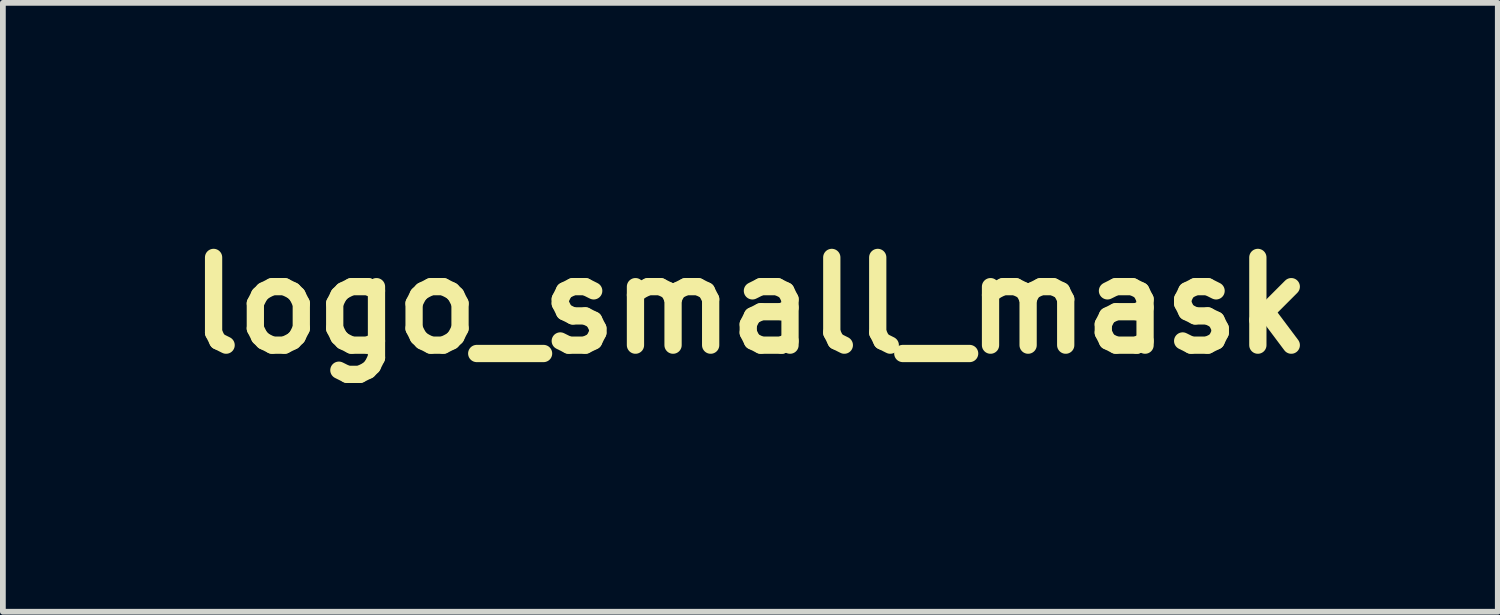
<source format=kicad_pcb>
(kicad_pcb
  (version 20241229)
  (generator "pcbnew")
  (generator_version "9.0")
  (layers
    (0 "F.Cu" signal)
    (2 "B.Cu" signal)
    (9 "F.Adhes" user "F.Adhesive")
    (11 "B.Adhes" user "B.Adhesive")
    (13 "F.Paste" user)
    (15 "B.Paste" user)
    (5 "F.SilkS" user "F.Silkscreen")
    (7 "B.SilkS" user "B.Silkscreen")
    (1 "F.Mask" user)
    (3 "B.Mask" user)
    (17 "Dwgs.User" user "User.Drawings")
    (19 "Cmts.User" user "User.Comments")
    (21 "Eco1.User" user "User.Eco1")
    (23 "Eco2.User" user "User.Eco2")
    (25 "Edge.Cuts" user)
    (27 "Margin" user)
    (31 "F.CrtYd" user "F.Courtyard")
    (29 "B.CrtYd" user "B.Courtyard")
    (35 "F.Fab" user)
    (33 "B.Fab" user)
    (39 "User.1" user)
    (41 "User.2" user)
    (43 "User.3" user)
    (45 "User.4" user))
  (footprint "logo_small_mask"
    (layer "F.Cu")
    (at 9.986 2.257)
    (property "Reference" "logo_small_mask" (at 0 0 0) (layer "F.SilkS") (effects (font (size 1.524 1.524) (thickness 0.3))))
    (attr board_only exclude_from_pos_files exclude_from_bom)
    (fp_poly (pts (xy 7.171 -0.793) (xy 7.193 -0.792) (xy 7.212 -0.792) (xy 7.229 -0.792) (xy 7.241 -0.791) (xy 7.247 -0.791) (xy 7.248 -0.791) (xy 7.253 -0.788) (xy 7.253 -0.786) (xy 7.254 -0.782) (xy 7.255 -0.781) (xy 7.258 -0.776) (xy 7.259 -0.767) (xy 7.257 -0.757) (xy 7.253 -0.749) (xy 7.251 -0.747) (xy 7.247 -0.743) (xy 7.242 -0.741) (xy 7.235 -0.74) (xy 7.223 -0.74) (xy 7.208 -0.74) (xy 7.172 -0.74) (xy 7.172 -0.627) (xy 7.172 -0.594) (xy 7.172 -0.567) (xy 7.171 -0.545) (xy 7.171 -0.528) (xy 7.17 -0.516) (xy 7.169 -0.508) (xy 7.168 -0.503) (xy 7.167 -0.501) (xy 7.165 -0.501) (xy 7.161 -0.501) (xy 7.16 -0.5) (xy 7.156 -0.498) (xy 7.147 -0.497) (xy 7.139 -0.496) (xy 7.126 -0.497) (xy 7.118 -0.5) (xy 7.113 -0.503) (xy 7.111 -0.505) (xy 7.109 -0.507) (xy 7.108 -0.511) (xy 7.107 -0.516) (xy 7.106 -0.523) (xy 7.106 -0.534) (xy 7.106 -0.549) (xy 7.105 -0.568) (xy 7.105 -0.592) (xy 7.105 -0.622) (xy 7.105 -0.74) (xy 7.069 -0.74) (xy 7.053 -0.74) (xy 7.043 -0.74) (xy 7.036 -0.741) (xy 7.031 -0.743) (xy 7.027 -0.746) (xy 7.026 -0.748) (xy 7.022 -0.755) (xy 7.019 -0.764) (xy 7.019 -0.772) (xy 7.02 -0.778) (xy 7.022 -0.779) (xy 7.025 -0.782) (xy 7.025 -0.784) (xy 7.028 -0.789) (xy 7.031 -0.791) (xy 7.035 -0.791) (xy 7.046 -0.792) (xy 7.061 -0.792) (xy 7.079 -0.792) (xy 7.101 -0.793) (xy 7.124 -0.793) (xy 7.147 -0.793)) (stroke (width 0) (type solid)) (fill yes) (layer "F.Mask"))
    (fp_poly (pts (xy 7.463 -0.793) (xy 7.469 -0.792) (xy 7.474 -0.79) (xy 7.478 -0.786) (xy 7.481 -0.78) (xy 7.483 -0.77) (xy 7.484 -0.758) (xy 7.485 -0.74) (xy 7.485 -0.719) (xy 7.485 -0.691) (xy 7.485 -0.658) (xy 7.485 -0.645) (xy 7.485 -0.511) (xy 7.477 -0.504) (xy 7.469 -0.498) (xy 7.457 -0.496) (xy 7.454 -0.496) (xy 7.445 -0.497) (xy 7.438 -0.499) (xy 7.437 -0.5) (xy 7.433 -0.502) (xy 7.432 -0.501) (xy 7.43 -0.502) (xy 7.428 -0.506) (xy 7.427 -0.515) (xy 7.426 -0.529) (xy 7.425 -0.548) (xy 7.425 -0.573) (xy 7.426 -0.597) (xy 7.426 -0.618) (xy 7.426 -0.637) (xy 7.426 -0.653) (xy 7.426 -0.664) (xy 7.425 -0.67) (xy 7.425 -0.671) (xy 7.423 -0.668) (xy 7.42 -0.659) (xy 7.416 -0.647) (xy 7.412 -0.634) (xy 7.405 -0.615) (xy 7.399 -0.602) (xy 7.393 -0.594) (xy 7.387 -0.591) (xy 7.379 -0.591) (xy 7.374 -0.592) (xy 7.369 -0.593) (xy 7.366 -0.596) (xy 7.363 -0.601) (xy 7.36 -0.61) (xy 7.355 -0.623) (xy 7.354 -0.629) (xy 7.35 -0.643) (xy 7.346 -0.654) (xy 7.343 -0.661) (xy 7.342 -0.663) (xy 7.341 -0.66) (xy 7.341 -0.651) (xy 7.341 -0.637) (xy 7.341 -0.62) (xy 7.341 -0.6) (xy 7.341 -0.593) (xy 7.342 -0.563) (xy 7.342 -0.539) (xy 7.341 -0.522) (xy 7.34 -0.509) (xy 7.338 -0.503) (xy 7.336 -0.501) (xy 7.335 -0.501) (xy 7.331 -0.501) (xy 7.33 -0.5) (xy 7.326 -0.498) (xy 7.317 -0.497) (xy 7.312 -0.496) (xy 7.301 -0.497) (xy 7.294 -0.5) (xy 7.289 -0.505) (xy 7.287 -0.507) (xy 7.286 -0.509) (xy 7.285 -0.513) (xy 7.284 -0.518) (xy 7.283 -0.525) (xy 7.283 -0.535) (xy 7.282 -0.549) (xy 7.282 -0.567) (xy 7.282 -0.589) (xy 7.282 -0.617) (xy 7.282 -0.646) (xy 7.282 -0.683) (xy 7.282 -0.715) (xy 7.283 -0.74) (xy 7.283 -0.759) (xy 7.284 -0.772) (xy 7.285 -0.779) (xy 7.285 -0.779) (xy 7.288 -0.782) (xy 7.289 -0.784) (xy 7.29 -0.788) (xy 7.295 -0.791) (xy 7.305 -0.792) (xy 7.32 -0.793) (xy 7.323 -0.793) (xy 7.338 -0.792) (xy 7.349 -0.79) (xy 7.353 -0.788) (xy 7.357 -0.783) (xy 7.362 -0.771) (xy 7.367 -0.755) (xy 7.369 -0.748) (xy 7.373 -0.733) (xy 7.376 -0.721) (xy 7.379 -0.713) (xy 7.38 -0.71) (xy 7.382 -0.71) (xy 7.385 -0.713) (xy 7.389 -0.722) (xy 7.393 -0.736) (xy 7.397 -0.749) (xy 7.402 -0.767) (xy 7.407 -0.779) (xy 7.413 -0.787) (xy 7.421 -0.791) (xy 7.431 -0.792) (xy 7.445 -0.793) (xy 7.455 -0.793)) (stroke (width 0) (type solid)) (fill yes) (layer "F.Mask"))
    (fp_poly (pts (xy 4.842 -1.714) (xy 4.877 -1.714) (xy 4.911 -1.714) (xy 4.943 -1.713) (xy 4.973 -1.713) (xy 4.999 -1.713) (xy 5.021 -1.713) (xy 5.038 -1.712) (xy 5.051 -1.712) (xy 5.058 -1.711) (xy 5.059 -1.711) (xy 5.059 -1.708) (xy 5.059 -1.698) (xy 5.06 -1.682) (xy 5.06 -1.66) (xy 5.06 -1.632) (xy 5.06 -1.599) (xy 5.06 -1.561) (xy 5.06 -1.518) (xy 5.06 -1.471) (xy 5.061 -1.419) (xy 5.061 -1.363) (xy 5.061 -1.304) (xy 5.061 -1.24) (xy 5.061 -1.174) (xy 5.061 -1.105) (xy 5.061 -1.032) (xy 5.061 -0.957) (xy 5.061 -0.88) (xy 5.061 -0.801) (xy 5.061 -0.721) (xy 5.062 -0.639) (xy 5.062 -0.555) (xy 5.062 -0.471) (xy 5.062 -0.386) (xy 5.062 -0.3) (xy 5.062 -0.215) (xy 5.062 -0.129) (xy 5.062 -0.044) (xy 5.062 0.041) (xy 5.062 0.124) (xy 5.062 0.207) (xy 5.061 0.288) (xy 5.061 0.368) (xy 5.061 0.445) (xy 5.061 0.521) (xy 5.061 0.594) (xy 5.061 0.664) (xy 5.061 0.732) (xy 5.061 0.796) (xy 5.061 0.856) (xy 5.061 0.913) (xy 5.061 0.966) (xy 5.06 1.015) (xy 5.06 1.059) (xy 5.06 1.099) (xy 5.06 1.133) (xy 5.06 1.162) (xy 5.06 1.186) (xy 5.059 1.204) (xy 5.059 1.216) (xy 5.059 1.221) (xy 5.059 1.221) (xy 5.055 1.222) (xy 5.045 1.222) (xy 5.03 1.223) (xy 5.009 1.223) (xy 4.984 1.224) (xy 4.955 1.224) (xy 4.922 1.224) (xy 4.886 1.225) (xy 4.848 1.225) (xy 4.807 1.225) (xy 4.801 1.225) (xy 4.753 1.225) (xy 4.712 1.225) (xy 4.677 1.225) (xy 4.647 1.225) (xy 4.622 1.225) (xy 4.601 1.225) (xy 4.584 1.225) (xy 4.571 1.225) (xy 4.561 1.224) (xy 4.553 1.224) (xy 4.547 1.223) (xy 4.544 1.222) (xy 4.541 1.222) (xy 4.539 1.22) (xy 4.538 1.219) (xy 4.538 1.219) (xy 4.53 1.212) (xy 4.531 -0.248) (xy 4.531 -0.346) (xy 4.531 -0.443) (xy 4.531 -0.538) (xy 4.532 -0.63) (xy 4.532 -0.721) (xy 4.532 -0.808) (xy 4.532 -0.893) (xy 4.532 -0.975) (xy 4.532 -1.054) (xy 4.532 -1.13) (xy 4.532 -1.202) (xy 4.533 -1.27) (xy 4.533 -1.334) (xy 4.533 -1.393) (xy 4.533 -1.449) (xy 4.533 -1.499) (xy 4.533 -1.545) (xy 4.534 -1.586) (xy 4.534 -1.621) (xy 4.534 -1.651) (xy 4.534 -1.675) (xy 4.534 -1.693) (xy 4.535 -1.705) (xy 4.535 -1.711) (xy 4.535 -1.711) (xy 4.539 -1.712) (xy 4.548 -1.712) (xy 4.564 -1.712) (xy 4.584 -1.713) (xy 4.608 -1.713) (xy 4.635 -1.713) (xy 4.666 -1.713) (xy 4.699 -1.714) (xy 4.734 -1.714) (xy 4.77 -1.714) (xy 4.806 -1.714)) (stroke (width 0) (type solid)) (fill yes) (layer "F.Mask"))
    (fp_poly (pts (xy -5.478 -0.606) (xy -5.456 -0.606) (xy -5.439 -0.606) (xy -5.426 -0.606) (xy -5.417 -0.605) (xy -5.41 -0.604) (xy -5.406 -0.603) (xy -5.403 -0.601) (xy -5.401 -0.6) (xy -5.4 -0.599) (xy -5.398 -0.598) (xy -5.397 -0.595) (xy -5.396 -0.592) (xy -5.395 -0.587) (xy -5.394 -0.579) (xy -5.394 -0.569) (xy -5.393 -0.555) (xy -5.393 -0.536) (xy -5.393 -0.512) (xy -5.393 -0.482) (xy -5.393 -0.357) (xy -5.27 -0.356) (xy -5.242 -0.355) (xy -5.216 -0.355) (xy -5.193 -0.355) (xy -5.174 -0.354) (xy -5.159 -0.353) (xy -5.149 -0.353) (xy -5.144 -0.352) (xy -5.144 -0.352) (xy -5.144 -0.348) (xy -5.143 -0.338) (xy -5.143 -0.324) (xy -5.142 -0.306) (xy -5.142 -0.285) (xy -5.142 -0.262) (xy -5.142 -0.239) (xy -5.142 -0.216) (xy -5.142 -0.194) (xy -5.142 -0.174) (xy -5.143 -0.157) (xy -5.143 -0.144) (xy -5.144 -0.136) (xy -5.144 -0.134) (xy -5.148 -0.134) (xy -5.158 -0.133) (xy -5.173 -0.132) (xy -5.192 -0.132) (xy -5.215 -0.131) (xy -5.241 -0.131) (xy -5.269 -0.131) (xy -5.27 -0.131) (xy -5.393 -0.13) (xy -5.394 -0.008) (xy -5.394 0.019) (xy -5.395 0.045) (xy -5.395 0.068) (xy -5.396 0.087) (xy -5.396 0.102) (xy -5.397 0.112) (xy -5.398 0.115) (xy -5.401 0.116) (xy -5.411 0.117) (xy -5.425 0.117) (xy -5.443 0.118) (xy -5.464 0.118) (xy -5.486 0.119) (xy -5.509 0.119) (xy -5.532 0.119) (xy -5.554 0.119) (xy -5.573 0.119) (xy -5.59 0.119) (xy -5.602 0.118) (xy -5.609 0.118) (xy -5.61 0.118) (xy -5.615 0.114) (xy -5.618 0.109) (xy -5.618 0.104) (xy -5.618 0.093) (xy -5.619 0.077) (xy -5.619 0.057) (xy -5.619 0.034) (xy -5.62 0.008) (xy -5.62 -0.014) (xy -5.62 -0.13) (xy -5.741 -0.131) (xy -5.769 -0.131) (xy -5.795 -0.131) (xy -5.817 -0.132) (xy -5.837 -0.132) (xy -5.852 -0.133) (xy -5.861 -0.134) (xy -5.865 -0.134) (xy -5.866 -0.138) (xy -5.866 -0.148) (xy -5.867 -0.162) (xy -5.867 -0.18) (xy -5.868 -0.201) (xy -5.868 -0.224) (xy -5.868 -0.247) (xy -5.868 -0.271) (xy -5.867 -0.293) (xy -5.867 -0.313) (xy -5.867 -0.33) (xy -5.866 -0.342) (xy -5.866 -0.35) (xy -5.865 -0.352) (xy -5.861 -0.353) (xy -5.851 -0.353) (xy -5.837 -0.354) (xy -5.817 -0.355) (xy -5.794 -0.355) (xy -5.769 -0.355) (xy -5.741 -0.356) (xy -5.62 -0.357) (xy -5.62 -0.472) (xy -5.62 -0.506) (xy -5.619 -0.534) (xy -5.619 -0.556) (xy -5.619 -0.573) (xy -5.618 -0.585) (xy -5.617 -0.594) (xy -5.616 -0.599) (xy -5.615 -0.601) (xy -5.613 -0.601) (xy -5.613 -0.601) (xy -5.609 -0.602) (xy -5.608 -0.603) (xy -5.604 -0.604) (xy -5.594 -0.605) (xy -5.577 -0.606) (xy -5.555 -0.606) (xy -5.527 -0.606) (xy -5.507 -0.606)) (stroke (width 0) (type solid)) (fill yes) (layer "F.Mask"))
    (fp_poly (pts (xy 6.291 -0.608) (xy 6.332 -0.607) (xy 6.369 -0.604) (xy 6.397 -0.6) (xy 6.476 -0.585) (xy 6.552 -0.564) (xy 6.624 -0.537) (xy 6.693 -0.504) (xy 6.76 -0.465) (xy 6.824 -0.42) (xy 6.886 -0.369) (xy 6.889 -0.366) (xy 6.933 -0.323) (xy 6.975 -0.274) (xy 7.014 -0.223) (xy 7.05 -0.169) (xy 7.081 -0.114) (xy 7.104 -0.066) (xy 7.132 0.005) (xy 7.153 0.077) (xy 7.168 0.15) (xy 7.178 0.225) (xy 7.181 0.285) (xy 7.18 0.364) (xy 7.173 0.441) (xy 7.159 0.516) (xy 7.139 0.589) (xy 7.112 0.661) (xy 7.08 0.731) (xy 7.04 0.798) (xy 6.995 0.865) (xy 6.986 0.876) (xy 6.97 0.896) (xy 6.949 0.918) (xy 6.926 0.942) (xy 6.901 0.967) (xy 6.876 0.991) (xy 6.851 1.013) (xy 6.829 1.032) (xy 6.818 1.04) (xy 6.753 1.085) (xy 6.685 1.123) (xy 6.616 1.155) (xy 6.543 1.182) (xy 6.468 1.202) (xy 6.39 1.216) (xy 6.336 1.222) (xy 6.313 1.224) (xy 6.287 1.225) (xy 6.259 1.225) (xy 6.232 1.225) (xy 6.208 1.224) (xy 6.199 1.224) (xy 6.121 1.214) (xy 6.045 1.198) (xy 5.97 1.177) (xy 5.898 1.149) (xy 5.829 1.115) (xy 5.762 1.075) (xy 5.699 1.03) (xy 5.64 0.979) (xy 5.618 0.958) (xy 5.566 0.902) (xy 5.519 0.843) (xy 5.478 0.781) (xy 5.442 0.717) (xy 5.424 0.676) (xy 5.395 0.601) (xy 5.373 0.526) (xy 5.358 0.449) (xy 5.349 0.372) (xy 5.348 0.308) (xy 5.821 0.308) (xy 5.822 0.342) (xy 5.825 0.373) (xy 5.829 0.4) (xy 5.829 0.401) (xy 5.845 0.454) (xy 5.865 0.504) (xy 5.892 0.551) (xy 5.923 0.593) (xy 5.958 0.631) (xy 5.998 0.665) (xy 6.042 0.694) (xy 6.089 0.717) (xy 6.139 0.735) (xy 6.192 0.748) (xy 6.213 0.751) (xy 6.229 0.752) (xy 6.25 0.752) (xy 6.274 0.751) (xy 6.299 0.75) (xy 6.323 0.747) (xy 6.344 0.744) (xy 6.359 0.742) (xy 6.411 0.727) (xy 6.459 0.706) (xy 6.504 0.68) (xy 6.546 0.648) (xy 6.566 0.63) (xy 6.599 0.596) (xy 6.627 0.56) (xy 6.65 0.519) (xy 6.654 0.513) (xy 6.672 0.474) (xy 6.686 0.437) (xy 6.695 0.401) (xy 6.701 0.364) (xy 6.703 0.323) (xy 6.703 0.311) (xy 6.7 0.257) (xy 6.691 0.206) (xy 6.676 0.157) (xy 6.655 0.109) (xy 6.628 0.062) (xy 6.626 0.06) (xy 6.611 0.039) (xy 6.591 0.016) (xy 6.568 -0.007) (xy 6.545 -0.028) (xy 6.523 -0.046) (xy 6.512 -0.054) (xy 6.467 -0.081) (xy 6.42 -0.102) (xy 6.373 -0.117) (xy 6.324 -0.126) (xy 6.271 -0.13) (xy 6.263 -0.13) (xy 6.217 -0.128) (xy 6.175 -0.122) (xy 6.135 -0.113) (xy 6.094 -0.098) (xy 6.066 -0.085) (xy 6.037 -0.07) (xy 6.013 -0.054) (xy 5.989 -0.037) (xy 5.966 -0.017) (xy 5.954 -0.006) (xy 5.918 0.034) (xy 5.887 0.077) (xy 5.861 0.124) (xy 5.841 0.175) (xy 5.829 0.218) (xy 5.825 0.245) (xy 5.822 0.275) (xy 5.821 0.308) (xy 5.348 0.308) (xy 5.347 0.294) (xy 5.348 0.278) (xy 5.353 0.2) (xy 5.366 0.123) (xy 5.384 0.048) (xy 5.409 -0.024) (xy 5.439 -0.094) (xy 5.476 -0.162) (xy 5.518 -0.226) (xy 5.566 -0.287) (xy 5.605 -0.329) (xy 5.637 -0.362) (xy 5.668 -0.39) (xy 5.7 -0.416) (xy 5.734 -0.441) (xy 5.758 -0.457) (xy 5.823 -0.497) (xy 5.891 -0.53) (xy 5.962 -0.558) (xy 6.037 -0.58) (xy 6.115 -0.597) (xy 6.136 -0.6) (xy 6.17 -0.604) (xy 6.209 -0.607) (xy 6.25 -0.608)) (stroke (width 0) (type solid)) (fill yes) (layer "F.Mask"))
    (fp_poly (pts (xy -1.443 -1.72) (xy -1.406 -1.719) (xy -1.371 -1.718) (xy -1.34 -1.716) (xy -1.323 -1.714) (xy -1.22 -1.7) (xy -1.12 -1.679) (xy -1.022 -1.652) (xy -0.927 -1.62) (xy -0.836 -1.581) (xy -0.747 -1.537) (xy -0.661 -1.486) (xy -0.579 -1.43) (xy -0.565 -1.42) (xy -0.486 -1.357) (xy -0.412 -1.29) (xy -0.344 -1.219) (xy -0.281 -1.144) (xy -0.224 -1.066) (xy -0.172 -0.984) (xy -0.126 -0.898) (xy -0.086 -0.809) (xy -0.051 -0.717) (xy -0.05 -0.713) (xy -0.024 -0.625) (xy -0.003 -0.535) (xy 0.013 -0.444) (xy 0.023 -0.352) (xy 0.028 -0.261) (xy 0.026 -0.177) (xy 0.019 -0.077) (xy 0.005 0.02) (xy -0.015 0.116) (xy -0.041 0.209) (xy -0.073 0.3) (xy -0.11 0.387) (xy -0.153 0.472) (xy -0.197 0.545) (xy -0.253 0.628) (xy -0.314 0.705) (xy -0.38 0.778) (xy -0.45 0.846) (xy -0.524 0.91) (xy -0.602 0.968) (xy -0.684 1.021) (xy -0.768 1.069) (xy -0.857 1.111) (xy -0.947 1.148) (xy -1.041 1.179) (xy -1.137 1.204) (xy -1.235 1.223) (xy -1.335 1.235) (xy -1.381 1.239) (xy -1.407 1.24) (xy -1.436 1.241) (xy -1.467 1.242) (xy -1.498 1.242) (xy -1.525 1.241) (xy -1.544 1.24) (xy -1.632 1.232) (xy -1.72 1.219) (xy -1.806 1.201) (xy -1.89 1.179) (xy -1.968 1.152) (xy -2.057 1.116) (xy -2.143 1.073) (xy -2.225 1.026) (xy -2.305 0.972) (xy -2.382 0.913) (xy -2.457 0.847) (xy -2.488 0.818) (xy -2.556 0.748) (xy -2.618 0.676) (xy -2.674 0.603) (xy -2.724 0.527) (xy -2.768 0.45) (xy -2.807 0.369) (xy -2.841 0.284) (xy -2.87 0.196) (xy -2.887 0.137) (xy -2.904 0.063) (xy -2.917 -0.011) (xy -2.926 -0.085) (xy -2.931 -0.161) (xy -2.933 -0.24) (xy -2.932 -0.268) (xy -2.459 -0.268) (xy -2.457 -0.201) (xy -2.451 -0.133) (xy -2.441 -0.064) (xy -2.427 0.005) (xy -2.41 0.071) (xy -2.389 0.135) (xy -2.386 0.142) (xy -2.367 0.188) (xy -2.344 0.236) (xy -2.317 0.285) (xy -2.289 0.332) (xy -2.26 0.376) (xy -2.236 0.406) (xy -2.207 0.44) (xy -2.174 0.475) (xy -2.137 0.511) (xy -2.097 0.544) (xy -2.058 0.575) (xy -2.019 0.602) (xy -2.01 0.608) (xy -1.99 0.62) (xy -1.965 0.634) (xy -1.938 0.648) (xy -1.909 0.662) (xy -1.881 0.676) (xy -1.855 0.687) (xy -1.836 0.695) (xy -1.766 0.719) (xy -1.692 0.738) (xy -1.615 0.751) (xy -1.537 0.76) (xy -1.459 0.762) (xy -1.384 0.759) (xy -1.308 0.751) (xy -1.235 0.739) (xy -1.165 0.721) (xy -1.097 0.698) (xy -1.028 0.67) (xy -0.983 0.648) (xy -0.913 0.609) (xy -0.847 0.565) (xy -0.785 0.516) (xy -0.728 0.462) (xy -0.676 0.404) (xy -0.629 0.342) (xy -0.587 0.275) (xy -0.55 0.204) (xy -0.528 0.153) (xy -0.507 0.093) (xy -0.488 0.029) (xy -0.473 -0.038) (xy -0.461 -0.106) (xy -0.458 -0.133) (xy -0.456 -0.154) (xy -0.454 -0.173) (xy -0.454 -0.193) (xy -0.453 -0.216) (xy -0.454 -0.242) (xy -0.454 -0.265) (xy -0.455 -0.295) (xy -0.456 -0.32) (xy -0.457 -0.341) (xy -0.459 -0.36) (xy -0.461 -0.379) (xy -0.464 -0.399) (xy -0.469 -0.421) (xy -0.472 -0.438) (xy -0.491 -0.515) (xy -0.516 -0.591) (xy -0.547 -0.665) (xy -0.584 -0.736) (xy -0.626 -0.805) (xy -0.674 -0.869) (xy -0.686 -0.883) (xy -0.702 -0.902) (xy -0.723 -0.924) (xy -0.746 -0.947) (xy -0.77 -0.97) (xy -0.793 -0.992) (xy -0.815 -1.011) (xy -0.826 -1.02) (xy -0.867 -1.051) (xy -0.913 -1.081) (xy -0.962 -1.111) (xy -1.013 -1.137) (xy -1.063 -1.161) (xy -1.107 -1.179) (xy -1.183 -1.204) (xy -1.261 -1.223) (xy -1.339 -1.235) (xy -1.417 -1.241) (xy -1.495 -1.241) (xy -1.573 -1.235) (xy -1.65 -1.223) (xy -1.726 -1.205) (xy -1.8 -1.181) (xy -1.872 -1.151) (xy -1.943 -1.116) (xy -2.01 -1.076) (xy -2.075 -1.03) (xy -2.136 -0.978) (xy -2.194 -0.922) (xy -2.226 -0.886) (xy -2.272 -0.827) (xy -2.314 -0.763) (xy -2.352 -0.695) (xy -2.385 -0.625) (xy -2.412 -0.551) (xy -2.433 -0.477) (xy -2.449 -0.401) (xy -2.45 -0.393) (xy -2.457 -0.333) (xy -2.459 -0.268) (xy -2.932 -0.268) (xy -2.931 -0.311) (xy -2.927 -0.377) (xy -2.92 -0.442) (xy -2.91 -0.506) (xy -2.897 -0.571) (xy -2.89 -0.602) (xy -2.863 -0.698) (xy -2.83 -0.79) (xy -2.792 -0.879) (xy -2.748 -0.965) (xy -2.698 -1.047) (xy -2.642 -1.127) (xy -2.62 -1.156) (xy -2.604 -1.175) (xy -2.584 -1.197) (xy -2.561 -1.222) (xy -2.535 -1.249) (xy -2.509 -1.275) (xy -2.482 -1.302) (xy -2.456 -1.327) (xy -2.431 -1.35) (xy -2.409 -1.37) (xy -2.402 -1.375) (xy -2.323 -1.438) (xy -2.243 -1.493) (xy -2.161 -1.543) (xy -2.077 -1.586) (xy -1.99 -1.623) (xy -1.901 -1.654) (xy -1.809 -1.68) (xy -1.714 -1.7) (xy -1.615 -1.714) (xy -1.614 -1.714) (xy -1.587 -1.717) (xy -1.555 -1.719) (xy -1.519 -1.72) (xy -1.481 -1.72)) (stroke (width 0) (type solid)) (fill yes) (layer "F.Mask"))
    (fp_poly (pts (xy 3.988 -0.608) (xy 4.023 -0.608) (xy 4.057 -0.608) (xy 4.088 -0.607) (xy 4.117 -0.607) (xy 4.143 -0.607) (xy 4.164 -0.607) (xy 4.181 -0.606) (xy 4.193 -0.606) (xy 4.199 -0.605) (xy 4.199 -0.605) (xy 4.2 -0.602) (xy 4.2 -0.592) (xy 4.2 -0.576) (xy 4.2 -0.554) (xy 4.201 -0.527) (xy 4.201 -0.495) (xy 4.201 -0.459) (xy 4.201 -0.418) (xy 4.201 -0.373) (xy 4.201 -0.324) (xy 4.202 -0.272) (xy 4.202 -0.217) (xy 4.202 -0.159) (xy 4.202 -0.099) (xy 4.202 -0.037) (xy 4.202 0.027) (xy 4.202 0.092) (xy 4.202 0.159) (xy 4.202 0.226) (xy 4.202 0.293) (xy 4.202 0.361) (xy 4.202 0.428) (xy 4.202 0.495) (xy 4.202 0.561) (xy 4.202 0.625) (xy 4.202 0.688) (xy 4.202 0.75) (xy 4.202 0.808) (xy 4.202 0.865) (xy 4.202 0.918) (xy 4.201 0.968) (xy 4.201 1.015) (xy 4.201 1.058) (xy 4.201 1.096) (xy 4.201 1.13) (xy 4.201 1.159) (xy 4.2 1.183) (xy 4.2 1.202) (xy 4.2 1.214) (xy 4.2 1.221) (xy 4.199 1.221) (xy 4.196 1.222) (xy 4.186 1.222) (xy 4.171 1.222) (xy 4.15 1.222) (xy 4.124 1.223) (xy 4.093 1.223) (xy 4.059 1.223) (xy 4.021 1.223) (xy 3.979 1.223) (xy 3.935 1.224) (xy 3.889 1.224) (xy 3.84 1.224) (xy 3.79 1.224) (xy 3.739 1.224) (xy 3.687 1.224) (xy 3.635 1.225) (xy 3.583 1.225) (xy 3.532 1.225) (xy 3.482 1.225) (xy 3.433 1.225) (xy 3.386 1.225) (xy 3.342 1.225) (xy 3.3 1.225) (xy 3.262 1.225) (xy 3.227 1.225) (xy 3.196 1.224) (xy 3.17 1.224) (xy 3.148 1.224) (xy 3.132 1.224) (xy 3.122 1.224) (xy 3.118 1.224) (xy 3.049 1.214) (xy 2.984 1.199) (xy 2.924 1.18) (xy 2.867 1.155) (xy 2.814 1.125) (xy 2.764 1.09) (xy 2.717 1.05) (xy 2.696 1.029) (xy 2.655 0.982) (xy 2.618 0.932) (xy 2.585 0.879) (xy 2.557 0.822) (xy 2.533 0.761) (xy 2.514 0.695) (xy 2.498 0.625) (xy 2.486 0.55) (xy 2.484 0.54) (xy 2.484 0.534) (xy 2.483 0.525) (xy 2.483 0.514) (xy 2.482 0.5) (xy 2.482 0.483) (xy 2.482 0.462) (xy 2.481 0.437) (xy 2.481 0.409) (xy 2.481 0.376) (xy 2.481 0.338) (xy 2.48 0.296) (xy 2.48 0.249) (xy 2.48 0.196) (xy 2.48 0.138) (xy 2.48 0.073) (xy 2.48 0.003) (xy 2.48 -0.049) (xy 2.48 -0.109) (xy 2.48 -0.168) (xy 2.48 -0.224) (xy 2.48 -0.278) (xy 2.48 -0.329) (xy 2.481 -0.376) (xy 2.481 -0.421) (xy 2.481 -0.461) (xy 2.481 -0.497) (xy 2.481 -0.529) (xy 2.482 -0.555) (xy 2.482 -0.576) (xy 2.482 -0.592) (xy 2.483 -0.602) (xy 2.483 -0.605) (xy 2.487 -0.606) (xy 2.496 -0.606) (xy 2.512 -0.606) (xy 2.531 -0.607) (xy 2.556 -0.607) (xy 2.583 -0.607) (xy 2.614 -0.608) (xy 2.647 -0.608) (xy 2.681 -0.608) (xy 2.716 -0.608) (xy 2.752 -0.608) (xy 2.788 -0.608) (xy 2.822 -0.608) (xy 2.856 -0.608) (xy 2.887 -0.607) (xy 2.915 -0.607) (xy 2.94 -0.607) (xy 2.961 -0.607) (xy 2.977 -0.606) (xy 2.988 -0.606) (xy 2.993 -0.605) (xy 2.994 -0.605) (xy 2.994 -0.602) (xy 2.994 -0.592) (xy 2.995 -0.576) (xy 2.995 -0.554) (xy 2.995 -0.528) (xy 2.995 -0.496) (xy 2.996 -0.46) (xy 2.996 -0.42) (xy 2.996 -0.376) (xy 2.996 -0.328) (xy 2.996 -0.277) (xy 2.997 -0.224) (xy 2.997 -0.168) (xy 2.997 -0.11) (xy 2.997 -0.066) (xy 2.997 0.005) (xy 2.997 0.069) (xy 2.997 0.128) (xy 2.997 0.18) (xy 2.997 0.228) (xy 2.997 0.27) (xy 2.998 0.307) (xy 2.998 0.34) (xy 2.998 0.369) (xy 2.998 0.394) (xy 2.998 0.415) (xy 2.999 0.433) (xy 2.999 0.449) (xy 3 0.462) (xy 3 0.472) (xy 3 0.481) (xy 3.001 0.488) (xy 3.002 0.494) (xy 3.002 0.499) (xy 3.003 0.501) (xy 3.013 0.544) (xy 3.027 0.581) (xy 3.045 0.614) (xy 3.068 0.642) (xy 3.095 0.666) (xy 3.128 0.687) (xy 3.139 0.693) (xy 3.168 0.706) (xy 3.198 0.717) (xy 3.23 0.726) (xy 3.263 0.733) (xy 3.281 0.736) (xy 3.298 0.738) (xy 3.315 0.741) (xy 3.332 0.743) (xy 3.351 0.744) (xy 3.373 0.745) (xy 3.398 0.746) (xy 3.426 0.747) (xy 3.46 0.748) (xy 3.499 0.748) (xy 3.522 0.749) (xy 3.678 0.75) (xy 3.678 0.074) (xy 3.678 0.007) (xy 3.679 -0.058) (xy 3.679 -0.12) (xy 3.679 -0.181) (xy 3.679 -0.238) (xy 3.679 -0.293) (xy 3.68 -0.344) (xy 3.68 -0.392) (xy 3.68 -0.436) (xy 3.68 -0.475) (xy 3.681 -0.51) (xy 3.681 -0.54) (xy 3.681 -0.565) (xy 3.681 -0.584) (xy 3.682 -0.597) (xy 3.682 -0.604) (xy 3.682 -0.605) (xy 3.686 -0.606) (xy 3.696 -0.606) (xy 3.711 -0.606) (xy 3.731 -0.607) (xy 3.755 -0.607) (xy 3.783 -0.607) (xy 3.813 -0.608) (xy 3.846 -0.608) (xy 3.881 -0.608) (xy 3.916 -0.608) (xy 3.952 -0.608)) (stroke (width 0) (type solid)) (fill yes) (layer "F.Mask"))
    (fp_poly (pts (xy 0.94 -0.608) (xy 0.996 -0.608) (xy 1.047 -0.608) (xy 1.092 -0.608) (xy 1.133 -0.608) (xy 1.169 -0.607) (xy 1.202 -0.607) (xy 1.23 -0.607) (xy 1.255 -0.606) (xy 1.277 -0.606) (xy 1.297 -0.605) (xy 1.314 -0.605) (xy 1.33 -0.604) (xy 1.344 -0.603) (xy 1.357 -0.602) (xy 1.369 -0.6) (xy 1.38 -0.599) (xy 1.392 -0.597) (xy 1.404 -0.595) (xy 1.416 -0.593) (xy 1.429 -0.591) (xy 1.508 -0.575) (xy 1.585 -0.553) (xy 1.658 -0.526) (xy 1.727 -0.493) (xy 1.793 -0.454) (xy 1.855 -0.411) (xy 1.87 -0.399) (xy 1.923 -0.352) (xy 1.972 -0.3) (xy 2.016 -0.244) (xy 2.056 -0.183) (xy 2.091 -0.119) (xy 2.121 -0.053) (xy 2.146 0.017) (xy 2.16 0.071) (xy 2.169 0.118) (xy 2.177 0.168) (xy 2.182 0.221) (xy 2.185 0.275) (xy 2.185 0.327) (xy 2.183 0.376) (xy 2.182 0.392) (xy 2.171 0.476) (xy 2.156 0.555) (xy 2.134 0.631) (xy 2.108 0.704) (xy 2.076 0.772) (xy 2.038 0.837) (xy 2.001 0.892) (xy 1.984 0.913) (xy 1.963 0.937) (xy 1.939 0.962) (xy 1.914 0.987) (xy 1.889 1.011) (xy 1.865 1.032) (xy 1.844 1.05) (xy 1.841 1.052) (xy 1.78 1.093) (xy 1.716 1.129) (xy 1.649 1.159) (xy 1.579 1.183) (xy 1.505 1.202) (xy 1.428 1.216) (xy 1.364 1.222) (xy 1.354 1.223) (xy 1.337 1.224) (xy 1.315 1.224) (xy 1.288 1.225) (xy 1.256 1.225) (xy 1.222 1.225) (xy 1.184 1.226) (xy 1.145 1.226) (xy 1.103 1.226) (xy 1.082 1.226) (xy 0.843 1.226) (xy 0.842 1.77) (xy 0.842 1.83) (xy 0.842 1.888) (xy 0.842 1.944) (xy 0.841 1.997) (xy 0.841 2.047) (xy 0.841 2.095) (xy 0.841 2.138) (xy 0.84 2.178) (xy 0.84 2.213) (xy 0.84 2.244) (xy 0.84 2.27) (xy 0.839 2.291) (xy 0.839 2.306) (xy 0.839 2.315) (xy 0.838 2.317) (xy 0.835 2.318) (xy 0.825 2.318) (xy 0.81 2.319) (xy 0.79 2.319) (xy 0.766 2.319) (xy 0.738 2.32) (xy 0.708 2.32) (xy 0.675 2.32) (xy 0.64 2.32) (xy 0.605 2.32) (xy 0.569 2.321) (xy 0.533 2.321) (xy 0.498 2.321) (xy 0.464 2.321) (xy 0.432 2.321) (xy 0.403 2.321) (xy 0.378 2.321) (xy 0.356 2.321) (xy 0.338 2.32) (xy 0.326 2.32) (xy 0.32 2.32) (xy 0.319 2.32) (xy 0.314 2.315) (xy 0.311 2.307) (xy 0.311 2.303) (xy 0.311 2.293) (xy 0.311 2.276) (xy 0.311 2.253) (xy 0.311 2.225) (xy 0.311 2.191) (xy 0.311 2.153) (xy 0.31 2.109) (xy 0.31 2.062) (xy 0.31 2.009) (xy 0.31 1.953) (xy 0.31 1.893) (xy 0.31 1.83) (xy 0.31 1.763) (xy 0.31 1.693) (xy 0.31 1.621) (xy 0.31 1.546) (xy 0.31 1.469) (xy 0.31 1.39) (xy 0.31 1.309) (xy 0.31 1.227) (xy 0.31 1.143) (xy 0.31 1.059) (xy 0.31 0.974) (xy 0.311 0.889) (xy 0.311 0.804) (xy 0.311 0.719) (xy 0.311 0.634) (xy 0.311 0.55) (xy 0.311 0.466) (xy 0.311 0.384) (xy 0.311 0.304) (xy 0.311 0.225) (xy 0.311 0.148) (xy 0.312 0.073) (xy 0.312 0.001) (xy 0.312 -0.068) (xy 0.312 -0.135) (xy 0.312 -0.167) (xy 0.843 -0.167) (xy 0.843 0.294) (xy 0.843 0.349) (xy 0.843 0.402) (xy 0.843 0.453) (xy 0.843 0.501) (xy 0.843 0.546) (xy 0.843 0.588) (xy 0.843 0.626) (xy 0.843 0.66) (xy 0.843 0.69) (xy 0.844 0.714) (xy 0.844 0.734) (xy 0.844 0.747) (xy 0.844 0.755) (xy 0.844 0.756) (xy 0.848 0.757) (xy 0.858 0.757) (xy 0.873 0.757) (xy 0.892 0.758) (xy 0.916 0.758) (xy 0.943 0.758) (xy 0.973 0.758) (xy 1.004 0.757) (xy 1.037 0.757) (xy 1.071 0.757) (xy 1.105 0.757) (xy 1.138 0.756) (xy 1.17 0.756) (xy 1.199 0.755) (xy 1.226 0.755) (xy 1.25 0.754) (xy 1.27 0.754) (xy 1.285 0.753) (xy 1.295 0.753) (xy 1.296 0.753) (xy 1.356 0.745) (xy 1.412 0.732) (xy 1.465 0.715) (xy 1.514 0.693) (xy 1.558 0.667) (xy 1.597 0.637) (xy 1.632 0.603) (xy 1.641 0.592) (xy 1.658 0.568) (xy 1.674 0.541) (xy 1.689 0.51) (xy 1.702 0.48) (xy 1.712 0.451) (xy 1.714 0.445) (xy 1.719 0.423) (xy 1.723 0.402) (xy 1.726 0.382) (xy 1.727 0.361) (xy 1.728 0.338) (xy 1.728 0.31) (xy 1.728 0.28) (xy 1.727 0.253) (xy 1.726 0.232) (xy 1.725 0.215) (xy 1.724 0.2) (xy 1.722 0.185) (xy 1.719 0.171) (xy 1.717 0.164) (xy 1.703 0.111) (xy 1.685 0.063) (xy 1.662 0.02) (xy 1.634 -0.018) (xy 1.601 -0.052) (xy 1.563 -0.081) (xy 1.521 -0.106) (xy 1.473 -0.126) (xy 1.421 -0.142) (xy 1.397 -0.148) (xy 1.382 -0.151) (xy 1.369 -0.153) (xy 1.355 -0.156) (xy 1.342 -0.158) (xy 1.327 -0.159) (xy 1.311 -0.16) (xy 1.293 -0.162) (xy 1.273 -0.163) (xy 1.249 -0.163) (xy 1.221 -0.164) (xy 1.189 -0.164) (xy 1.152 -0.165) (xy 1.109 -0.165) (xy 1.068 -0.166) (xy 0.843 -0.167) (xy 0.312 -0.167) (xy 0.312 -0.198) (xy 0.312 -0.257) (xy 0.313 -0.313) (xy 0.313 -0.365) (xy 0.313 -0.412) (xy 0.313 -0.455) (xy 0.313 -0.493) (xy 0.313 -0.526) (xy 0.314 -0.554) (xy 0.314 -0.576) (xy 0.314 -0.592) (xy 0.314 -0.602) (xy 0.314 -0.605) (xy 0.314 -0.605) (xy 0.318 -0.605) (xy 0.328 -0.606) (xy 0.344 -0.606) (xy 0.365 -0.606) (xy 0.391 -0.607) (xy 0.423 -0.607) (xy 0.459 -0.607) (xy 0.498 -0.607) (xy 0.542 -0.607) (xy 0.589 -0.608) (xy 0.639 -0.608) (xy 0.691 -0.608) (xy 0.746 -0.608) (xy 0.803 -0.608) (xy 0.877 -0.608)) (stroke (width 0) (type solid)) (fill yes) (layer "F.Mask"))
    (fp_poly (pts (xy -5.479 -2.257) (xy -5.457 -2.257) (xy -5.437 -2.256) (xy -5.42 -2.256) (xy -5.407 -2.255) (xy -5.399 -2.255) (xy -5.398 -2.254) (xy -5.397 -2.25) (xy -5.396 -2.24) (xy -5.395 -2.226) (xy -5.395 -2.207) (xy -5.394 -2.184) (xy -5.393 -2.159) (xy -5.393 -2.146) (xy -5.391 -2.04) (xy -5.363 -2.038) (xy -5.253 -2.025) (xy -5.144 -2.006) (xy -5.038 -1.981) (xy -4.934 -1.95) (xy -4.832 -1.912) (xy -4.734 -1.869) (xy -4.638 -1.82) (xy -4.545 -1.765) (xy -4.455 -1.705) (xy -4.369 -1.639) (xy -4.287 -1.567) (xy -4.235 -1.517) (xy -4.159 -1.437) (xy -4.089 -1.353) (xy -4.024 -1.265) (xy -3.965 -1.174) (xy -3.912 -1.08) (xy -3.864 -0.982) (xy -3.823 -0.882) (xy -3.787 -0.778) (xy -3.757 -0.672) (xy -3.755 -0.663) (xy -3.748 -0.63) (xy -3.74 -0.592) (xy -3.733 -0.551) (xy -3.727 -0.51) (xy -3.721 -0.469) (xy -3.716 -0.432) (xy -3.716 -0.426) (xy -3.714 -0.407) (xy -3.712 -0.39) (xy -3.711 -0.376) (xy -3.709 -0.367) (xy -3.709 -0.364) (xy -3.707 -0.356) (xy -3.608 -0.356) (xy -3.577 -0.356) (xy -3.552 -0.356) (xy -3.532 -0.356) (xy -3.517 -0.355) (xy -3.506 -0.354) (xy -3.5 -0.353) (xy -3.496 -0.352) (xy -3.496 -0.35) (xy -3.496 -0.35) (xy -3.495 -0.346) (xy -3.494 -0.345) (xy -3.493 -0.341) (xy -3.493 -0.332) (xy -3.492 -0.317) (xy -3.491 -0.3) (xy -3.491 -0.279) (xy -3.491 -0.257) (xy -3.491 -0.235) (xy -3.491 -0.212) (xy -3.491 -0.191) (xy -3.492 -0.173) (xy -3.492 -0.158) (xy -3.493 -0.147) (xy -3.494 -0.142) (xy -3.494 -0.142) (xy -3.496 -0.138) (xy -3.496 -0.136) (xy -3.495 -0.133) (xy -3.495 -0.133) (xy -3.498 -0.132) (xy -3.508 -0.132) (xy -3.522 -0.132) (xy -3.541 -0.131) (xy -3.563 -0.131) (xy -3.588 -0.13) (xy -3.603 -0.13) (xy -3.709 -0.128) (xy -3.711 -0.102) (xy -3.723 0.002) (xy -3.741 0.106) (xy -3.765 0.208) (xy -3.794 0.309) (xy -3.828 0.407) (xy -3.867 0.502) (xy -3.911 0.593) (xy -3.939 0.643) (xy -3.996 0.737) (xy -4.059 0.826) (xy -4.126 0.911) (xy -4.198 0.992) (xy -4.274 1.068) (xy -4.355 1.14) (xy -4.44 1.206) (xy -4.528 1.268) (xy -4.62 1.323) (xy -4.715 1.374) (xy -4.799 1.412) (xy -4.885 1.446) (xy -4.974 1.476) (xy -5.066 1.501) (xy -5.159 1.522) (xy -5.251 1.538) (xy -5.341 1.549) (xy -5.362 1.551) (xy -5.393 1.553) (xy -5.394 1.659) (xy -5.394 1.685) (xy -5.395 1.709) (xy -5.395 1.73) (xy -5.396 1.747) (xy -5.396 1.759) (xy -5.397 1.766) (xy -5.398 1.768) (xy -5.401 1.768) (xy -5.411 1.769) (xy -5.425 1.77) (xy -5.443 1.77) (xy -5.464 1.77) (xy -5.486 1.771) (xy -5.509 1.771) (xy -5.532 1.771) (xy -5.554 1.771) (xy -5.573 1.771) (xy -5.59 1.771) (xy -5.602 1.771) (xy -5.609 1.77) (xy -5.61 1.77) (xy -5.615 1.766) (xy -5.618 1.761) (xy -5.618 1.756) (xy -5.619 1.745) (xy -5.619 1.729) (xy -5.619 1.71) (xy -5.619 1.687) (xy -5.62 1.662) (xy -5.62 1.654) (xy -5.62 1.553) (xy -5.678 1.548) (xy -5.786 1.534) (xy -5.893 1.514) (xy -5.997 1.487) (xy -6.1 1.455) (xy -6.201 1.416) (xy -6.299 1.372) (xy -6.394 1.322) (xy -6.485 1.266) (xy -6.573 1.205) (xy -6.587 1.194) (xy -6.666 1.131) (xy -6.742 1.063) (xy -6.815 0.99) (xy -6.882 0.915) (xy -6.944 0.837) (xy -6.945 0.836) (xy -7.008 0.746) (xy -7.065 0.653) (xy -7.117 0.558) (xy -7.162 0.459) (xy -7.201 0.358) (xy -7.235 0.254) (xy -7.252 0.19) (xy -7.26 0.152) (xy -7.268 0.116) (xy -7.275 0.081) (xy -7.281 0.044) (xy -7.287 0.004) (xy -7.293 -0.039) (xy -7.298 -0.086) (xy -7.301 -0.111) (xy -7.302 -0.13) (xy -7.331 -0.13) (xy -7.076 -0.13) (xy -7.074 -0.102) (xy -7.069 -0.049) (xy -7.06 0.008) (xy -7.05 0.066) (xy -7.036 0.126) (xy -7.022 0.184) (xy -7.005 0.239) (xy -6.994 0.274) (xy -6.956 0.371) (xy -6.912 0.465) (xy -6.863 0.555) (xy -6.809 0.641) (xy -6.749 0.724) (xy -6.683 0.802) (xy -6.612 0.877) (xy -6.536 0.948) (xy -6.509 0.971) (xy -6.437 1.027) (xy -6.361 1.079) (xy -6.28 1.128) (xy -6.197 1.171) (xy -6.111 1.21) (xy -6.025 1.244) (xy -5.938 1.271) (xy -5.898 1.282) (xy -5.859 1.291) (xy -5.819 1.3) (xy -5.78 1.308) (xy -5.742 1.314) (xy -5.708 1.319) (xy -5.677 1.323) (xy -5.651 1.325) (xy -5.641 1.325) (xy -5.62 1.326) (xy -5.619 1.153) (xy -5.619 1.12) (xy -5.618 1.088) (xy -5.618 1.059) (xy -5.618 1.034) (xy -5.617 1.013) (xy -5.617 0.996) (xy -5.616 0.984) (xy -5.615 0.978) (xy -5.615 0.977) (xy -5.611 0.976) (xy -5.602 0.976) (xy -5.587 0.975) (xy -5.569 0.975) (xy -5.548 0.975) (xy -5.526 0.974) (xy -5.502 0.974) (xy -5.479 0.974) (xy -5.457 0.975) (xy -5.437 0.975) (xy -5.42 0.975) (xy -5.407 0.976) (xy -5.399 0.977) (xy -5.398 0.977) (xy -5.397 0.981) (xy -5.396 0.991) (xy -5.396 1.006) (xy -5.395 1.026) (xy -5.395 1.05) (xy -5.395 1.078) (xy -5.394 1.108) (xy -5.394 1.141) (xy -5.394 1.153) (xy -5.393 1.326) (xy -5.377 1.326) (xy -5.364 1.325) (xy -5.345 1.324) (xy -5.323 1.321) (xy -5.298 1.318) (xy -5.273 1.315) (xy -5.248 1.311) (xy -5.227 1.307) (xy -5.126 1.285) (xy -5.027 1.257) (xy -4.931 1.223) (xy -4.837 1.183) (xy -4.746 1.136) (xy -4.658 1.084) (xy -4.573 1.026) (xy -4.559 1.015) (xy -4.497 0.966) (xy -4.436 0.912) (xy -4.377 0.855) (xy -4.321 0.795) (xy -4.27 0.733) (xy -4.247 0.705) (xy -4.192 0.625) (xy -4.14 0.542) (xy -4.094 0.456) (xy -4.054 0.367) (xy -4.018 0.276) (xy -3.99 0.185) (xy -3.983 0.159) (xy -3.972 0.117) (xy -3.963 0.073) (xy -3.954 0.029) (xy -3.947 -0.013) (xy -3.942 -0.053) (xy -3.938 -0.089) (xy -3.937 -0.107) (xy -3.936 -0.128) (xy -4.11 -0.13) (xy -4.143 -0.13) (xy -4.174 -0.131) (xy -4.203 -0.131) (xy -4.229 -0.132) (xy -4.25 -0.132) (xy -4.267 -0.133) (xy -4.279 -0.134) (xy -4.285 -0.134) (xy -4.286 -0.134) (xy -4.287 -0.138) (xy -4.287 -0.148) (xy -4.288 -0.162) (xy -4.288 -0.18) (xy -4.289 -0.201) (xy -4.289 -0.224) (xy -4.289 -0.247) (xy -4.289 -0.271) (xy -4.289 -0.293) (xy -4.288 -0.313) (xy -4.288 -0.33) (xy -4.287 -0.342) (xy -4.287 -0.35) (xy -4.286 -0.352) (xy -4.282 -0.353) (xy -4.273 -0.353) (xy -4.257 -0.354) (xy -4.237 -0.354) (xy -4.213 -0.355) (xy -4.186 -0.355) (xy -4.155 -0.356) (xy -4.122 -0.356) (xy -4.11 -0.356) (xy -3.936 -0.358) (xy -3.937 -0.376) (xy -3.94 -0.417) (xy -3.945 -0.462) (xy -3.953 -0.51) (xy -3.963 -0.561) (xy -3.974 -0.611) (xy -3.987 -0.661) (xy -4 -0.708) (xy -4.006 -0.728) (xy -4.041 -0.824) (xy -4.082 -0.917) (xy -4.128 -1.008) (xy -4.18 -1.094) (xy -4.237 -1.178) (xy -4.3 -1.257) (xy -4.368 -1.333) (xy -4.44 -1.404) (xy -4.517 -1.47) (xy -4.596 -1.529) (xy -4.674 -1.582) (xy -4.757 -1.629) (xy -4.843 -1.673) (xy -4.932 -1.71) (xy -5.021 -1.743) (xy -5.11 -1.769) (xy -5.115 -1.77) (xy -5.145 -1.777) (xy -5.177 -1.784) (xy -5.211 -1.791) (xy -5.245 -1.797) (xy -5.278 -1.802) (xy -5.308 -1.806) (xy -5.336 -1.81) (xy -5.359 -1.812) (xy -5.373 -1.812) (xy -5.393 -1.812) (xy -5.394 -1.316) (xy -5.394 -1.259) (xy -5.394 -1.204) (xy -5.394 -1.151) (xy -5.395 -1.101) (xy -5.395 -1.053) (xy -5.395 -1.009) (xy -5.395 -0.968) (xy -5.396 -0.932) (xy -5.396 -0.899) (xy -5.396 -0.872) (xy -5.397 -0.85) (xy -5.397 -0.833) (xy -5.397 -0.822) (xy -5.398 -0.817) (xy -5.398 -0.817) (xy -5.402 -0.817) (xy -5.411 -0.816) (xy -5.426 -0.815) (xy -5.444 -0.815) (xy -5.464 -0.815) (xy -5.487 -0.815) (xy -5.511 -0.815) (xy -5.534 -0.815) (xy -5.556 -0.815) (xy -5.576 -0.815) (xy -5.593 -0.816) (xy -5.606 -0.816) (xy -5.613 -0.817) (xy -5.615 -0.817) (xy -5.616 -0.821) (xy -5.616 -0.831) (xy -5.616 -0.847) (xy -5.616 -0.868) (xy -5.617 -0.894) (xy -5.617 -0.926) (xy -5.617 -0.962) (xy -5.618 -1.002) (xy -5.618 -1.045) (xy -5.618 -1.092) (xy -5.618 -1.142) (xy -5.619 -1.195) (xy -5.619 -1.25) (xy -5.619 -1.306) (xy -5.619 -1.316) (xy -5.62 -1.812) (xy -5.638 -1.812) (xy -5.657 -1.811) (xy -5.681 -1.809) (xy -5.71 -1.805) (xy -5.741 -1.801) (xy -5.775 -1.795) (xy -5.809 -1.789) (xy -5.843 -1.782) (xy -5.876 -1.775) (xy -5.893 -1.77) (xy -5.983 -1.745) (xy -6.073 -1.713) (xy -6.162 -1.675) (xy -6.249 -1.632) (xy -6.333 -1.584) (xy -6.413 -1.532) (xy -6.454 -1.501) (xy -6.492 -1.471) (xy -6.533 -1.437) (xy -6.574 -1.399) (xy -6.615 -1.361) (xy -6.653 -1.321) (xy -6.689 -1.283) (xy -6.716 -1.251) (xy -6.777 -1.173) (xy -6.833 -1.091) (xy -6.884 -1.005) (xy -6.929 -0.917) (xy -6.969 -0.826) (xy -7.002 -0.734) (xy -7.029 -0.645) (xy -7.042 -0.589) (xy -7.054 -0.533) (xy -7.063 -0.478) (xy -7.07 -0.426) (xy -7.074 -0.387) (xy -7.076 -0.356) (xy -6.585 -0.356) (xy -6.529 -0.356) (xy -6.474 -0.356) (xy -6.421 -0.356) (xy -6.37 -0.356) (xy -6.323 -0.356) (xy -6.279 -0.356) (xy -6.238 -0.356) (xy -6.201 -0.356) (xy -6.169 -0.355) (xy -6.142 -0.355) (xy -6.119 -0.355) (xy -6.103 -0.355) (xy -6.092 -0.355) (xy -6.087 -0.354) (xy -6.087 -0.354) (xy -6.082 -0.352) (xy -6.081 -0.35) (xy -6.08 -0.346) (xy -6.079 -0.345) (xy -6.078 -0.341) (xy -6.077 -0.33) (xy -6.077 -0.314) (xy -6.076 -0.291) (xy -6.076 -0.263) (xy -6.076 -0.243) (xy -6.076 -0.212) (xy -6.076 -0.186) (xy -6.077 -0.166) (xy -6.078 -0.151) (xy -6.079 -0.143) (xy -6.079 -0.142) (xy -6.081 -0.138) (xy -6.081 -0.137) (xy -6.082 -0.134) (xy -6.087 -0.132) (xy -6.091 -0.132) (xy -6.101 -0.132) (xy -6.118 -0.131) (xy -6.14 -0.131) (xy -6.167 -0.131) (xy -6.199 -0.131) (xy -6.235 -0.131) (xy -6.275 -0.13) (xy -6.319 -0.13) (xy -6.366 -0.13) (xy -6.416 -0.13) (xy -6.469 -0.13) (xy -6.524 -0.13) (xy -6.581 -0.13) (xy -6.585 -0.13) (xy -7.076 -0.13) (xy -7.331 -0.13) (xy -7.409 -0.131) (xy -7.434 -0.131) (xy -7.458 -0.131) (xy -7.479 -0.132) (xy -7.496 -0.133) (xy -7.509 -0.133) (xy -7.516 -0.134) (xy -7.517 -0.134) (xy -7.518 -0.138) (xy -7.519 -0.148) (xy -7.519 -0.162) (xy -7.52 -0.18) (xy -7.52 -0.201) (xy -7.52 -0.224) (xy -7.52 -0.247) (xy -7.52 -0.271) (xy -7.52 -0.293) (xy -7.519 -0.313) (xy -7.519 -0.33) (xy -7.518 -0.342) (xy -7.518 -0.35) (xy -7.517 -0.352) (xy -7.513 -0.353) (xy -7.504 -0.353) (xy -7.489 -0.354) (xy -7.47 -0.355) (xy -7.448 -0.355) (xy -7.423 -0.356) (xy -7.408 -0.356) (xy -7.302 -0.357) (xy -7.3 -0.379) (xy -7.293 -0.447) (xy -7.285 -0.51) (xy -7.275 -0.568) (xy -7.264 -0.623) (xy -7.254 -0.669) (xy -7.224 -0.775) (xy -7.19 -0.877) (xy -7.149 -0.976) (xy -7.103 -1.072) (xy -7.051 -1.165) (xy -6.993 -1.255) (xy -6.929 -1.344) (xy -6.882 -1.402) (xy -6.866 -1.421) (xy -6.846 -1.443) (xy -6.823 -1.468) (xy -6.798 -1.494) (xy -6.771 -1.52) (xy -6.745 -1.546) (xy -6.72 -1.57) (xy -6.697 -1.592) (xy -6.676 -1.61) (xy -6.667 -1.618) (xy -6.58 -1.686) (xy -6.492 -1.748) (xy -6.401 -1.804) (xy -6.308 -1.854) (xy -6.212 -1.898) (xy -6.113 -1.937) (xy -6.069 -1.952) (xy -5.988 -1.977) (xy -5.903 -1.998) (xy -5.817 -2.015) (xy -5.73 -2.028) (xy -5.679 -2.034) (xy -5.62 -2.04) (xy -5.619 -2.146) (xy -5.619 -2.172) (xy -5.618 -2.195) (xy -5.618 -2.216) (xy -5.617 -2.233) (xy -5.616 -2.246) (xy -5.616 -2.253) (xy -5.615 -2.254) (xy -5.611 -2.255) (xy -5.602 -2.255) (xy -5.587 -2.256) (xy -5.569 -2.256) (xy -5.548 -2.257) (xy -5.526 -2.257) (xy -5.502 -2.257)) (stroke (width 0) (type solid)) (fill yes) (layer "F.Mask")))
  (gr_rect
    (start -3 -3)
    (end 22.972 7.578)
    (stroke (width 0.1) (type default))
    (fill no)
    (layer "Edge.Cuts")))
</source>
